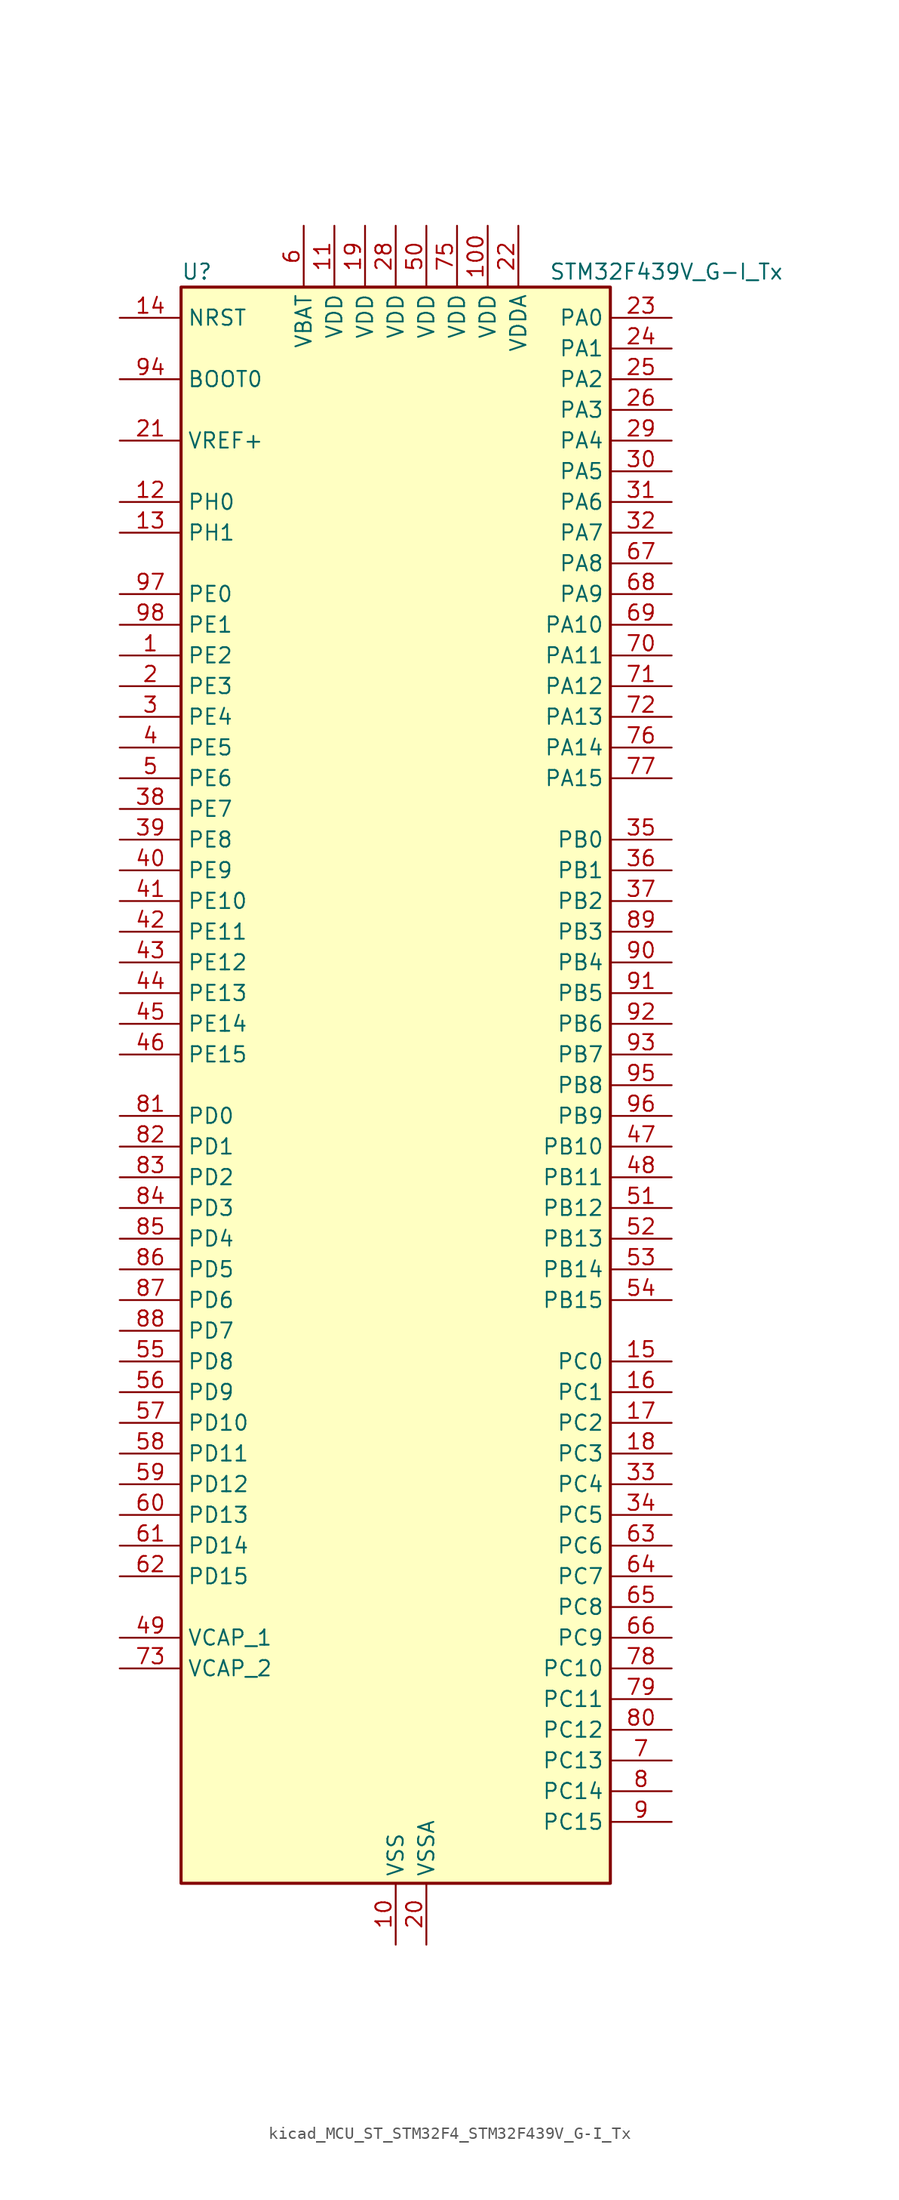
<source format=kicad_sym>
(kicad_symbol_lib
  (version 20220914)
  (generator kicad_symbol_editor)
  (symbol "kicad_MCU_ST_STM32F4_STM32F439V_G-I_Tx"
    (property "Reference" "U"
      (at -17.78 67.31 0)
      (effects (font (size 1.27 1.27)) (justify left)))
    (property "Value" "STM32F439V_G-I_Tx"
      (at 12.7 67.31 0)
      (effects (font (size 1.27 1.27)) (justify left)))
    (property "ki_locked" ""
      (at 0 0 0)
      (effects (font (size 1.27 1.27))))
    (symbol "kicad_MCU_ST_STM32F4_STM32F439V_G-I_Tx_0_1"
      (rectangle (start -17.78 -66.04) (end 17.78 66.04) (stroke (width 0.254) (type default)) (fill (type background))))
    (symbol "kicad_MCU_ST_STM32F4_STM32F439V_G-I_Tx_1_1"
      (pin bidirectional line (at -22.86 35.56 0) (length 5.08) (name "PE2" (effects (font (size 1.27 1.27)))) (number "1" (effects (font (size 1.27 1.27)))) (alternate "ETH_TXD3" bidirectional line) (alternate "FMC_A23" bidirectional line) (alternate "SAI1_MCLK_A" bidirectional line) (alternate "SPI4_SCK" bidirectional line) (alternate "SYS_TRACECLK" bidirectional line))
      (pin power_in line (at 0 -71.12 90) (length 5.08) (name "VSS" (effects (font (size 1.27 1.27)))) (number "10" (effects (font (size 1.27 1.27)))))
      (pin power_in line (at 7.62 71.12 270) (length 5.08) (name "VDD" (effects (font (size 1.27 1.27)))) (number "100" (effects (font (size 1.27 1.27)))))
      (pin power_in line (at -5.08 71.12 270) (length 5.08) (name "VDD" (effects (font (size 1.27 1.27)))) (number "11" (effects (font (size 1.27 1.27)))))
      (pin bidirectional line (at -22.86 48.26 0) (length 5.08) (name "PH0" (effects (font (size 1.27 1.27)))) (number "12" (effects (font (size 1.27 1.27)))) (alternate "RCC_OSC_IN" bidirectional line))
      (pin bidirectional line (at -22.86 45.72 0) (length 5.08) (name "PH1" (effects (font (size 1.27 1.27)))) (number "13" (effects (font (size 1.27 1.27)))) (alternate "RCC_OSC_OUT" bidirectional line))
      (pin input line (at -22.86 63.5 0) (length 5.08) (name "NRST" (effects (font (size 1.27 1.27)))) (number "14" (effects (font (size 1.27 1.27)))))
      (pin bidirectional line (at 22.86 -22.86 180) (length 5.08) (name "PC0" (effects (font (size 1.27 1.27)))) (number "15" (effects (font (size 1.27 1.27)))) (alternate "ADC1_IN10" bidirectional line) (alternate "ADC2_IN10" bidirectional line) (alternate "ADC3_IN10" bidirectional line) (alternate "USB_OTG_HS_ULPI_STP" bidirectional line))
      (pin bidirectional line (at 22.86 -25.4 180) (length 5.08) (name "PC1" (effects (font (size 1.27 1.27)))) (number "16" (effects (font (size 1.27 1.27)))) (alternate "ADC1_IN11" bidirectional line) (alternate "ADC2_IN11" bidirectional line) (alternate "ADC3_IN11" bidirectional line) (alternate "ETH_MDC" bidirectional line))
      (pin bidirectional line (at 22.86 -27.94 180) (length 5.08) (name "PC2" (effects (font (size 1.27 1.27)))) (number "17" (effects (font (size 1.27 1.27)))) (alternate "ADC1_IN12" bidirectional line) (alternate "ADC2_IN12" bidirectional line) (alternate "ADC3_IN12" bidirectional line) (alternate "ETH_TXD2" bidirectional line) (alternate "I2S2_ext_SD" bidirectional line) (alternate "SPI2_MISO" bidirectional line) (alternate "USB_OTG_HS_ULPI_DIR" bidirectional line))
      (pin bidirectional line (at 22.86 -30.48 180) (length 5.08) (name "PC3" (effects (font (size 1.27 1.27)))) (number "18" (effects (font (size 1.27 1.27)))) (alternate "ADC1_IN13" bidirectional line) (alternate "ADC2_IN13" bidirectional line) (alternate "ADC3_IN13" bidirectional line) (alternate "ETH_TX_CLK" bidirectional line) (alternate "I2S2_SD" bidirectional line) (alternate "SPI2_MOSI" bidirectional line) (alternate "USB_OTG_HS_ULPI_NXT" bidirectional line))
      (pin power_in line (at -2.54 71.12 270) (length 5.08) (name "VDD" (effects (font (size 1.27 1.27)))) (number "19" (effects (font (size 1.27 1.27)))))
      (pin bidirectional line (at -22.86 33.02 0) (length 5.08) (name "PE3" (effects (font (size 1.27 1.27)))) (number "2" (effects (font (size 1.27 1.27)))) (alternate "FMC_A19" bidirectional line) (alternate "SAI1_SD_B" bidirectional line) (alternate "SYS_TRACED0" bidirectional line))
      (pin power_in line (at 2.54 -71.12 90) (length 5.08) (name "VSSA" (effects (font (size 1.27 1.27)))) (number "20" (effects (font (size 1.27 1.27)))))
      (pin input line (at -22.86 53.34 0) (length 5.08) (name "VREF+" (effects (font (size 1.27 1.27)))) (number "21" (effects (font (size 1.27 1.27)))))
      (pin power_in line (at 10.16 71.12 270) (length 5.08) (name "VDDA" (effects (font (size 1.27 1.27)))) (number "22" (effects (font (size 1.27 1.27)))))
      (pin bidirectional line (at 22.86 63.5 180) (length 5.08) (name "PA0" (effects (font (size 1.27 1.27)))) (number "23" (effects (font (size 1.27 1.27)))) (alternate "ADC1_IN0" bidirectional line) (alternate "ADC2_IN0" bidirectional line) (alternate "ADC3_IN0" bidirectional line) (alternate "ETH_CRS" bidirectional line) (alternate "SYS_WKUP" bidirectional line) (alternate "TIM2_CH1" bidirectional line) (alternate "TIM2_ETR" bidirectional line) (alternate "TIM5_CH1" bidirectional line) (alternate "TIM8_ETR" bidirectional line) (alternate "UART4_TX" bidirectional line) (alternate "USART2_CTS" bidirectional line))
      (pin bidirectional line (at 22.86 60.96 180) (length 5.08) (name "PA1" (effects (font (size 1.27 1.27)))) (number "24" (effects (font (size 1.27 1.27)))) (alternate "ADC1_IN1" bidirectional line) (alternate "ADC2_IN1" bidirectional line) (alternate "ADC3_IN1" bidirectional line) (alternate "ETH_REF_CLK" bidirectional line) (alternate "ETH_RX_CLK" bidirectional line) (alternate "TIM2_CH2" bidirectional line) (alternate "TIM5_CH2" bidirectional line) (alternate "UART4_RX" bidirectional line) (alternate "USART2_RTS" bidirectional line))
      (pin bidirectional line (at 22.86 58.42 180) (length 5.08) (name "PA2" (effects (font (size 1.27 1.27)))) (number "25" (effects (font (size 1.27 1.27)))) (alternate "ADC1_IN2" bidirectional line) (alternate "ADC2_IN2" bidirectional line) (alternate "ADC3_IN2" bidirectional line) (alternate "ETH_MDIO" bidirectional line) (alternate "TIM2_CH3" bidirectional line) (alternate "TIM5_CH3" bidirectional line) (alternate "TIM9_CH1" bidirectional line) (alternate "USART2_TX" bidirectional line))
      (pin bidirectional line (at 22.86 55.88 180) (length 5.08) (name "PA3" (effects (font (size 1.27 1.27)))) (number "26" (effects (font (size 1.27 1.27)))) (alternate "ADC1_IN3" bidirectional line) (alternate "ADC2_IN3" bidirectional line) (alternate "ADC3_IN3" bidirectional line) (alternate "ETH_COL" bidirectional line) (alternate "LTDC_B5" bidirectional line) (alternate "TIM2_CH4" bidirectional line) (alternate "TIM5_CH4" bidirectional line) (alternate "TIM9_CH2" bidirectional line) (alternate "USART2_RX" bidirectional line) (alternate "USB_OTG_HS_ULPI_D0" bidirectional line))
      (pin passive line (at 0 -71.12 90) (length 5.08) hide (name "VSS" (effects (font (size 1.27 1.27)))) (number "27" (effects (font (size 1.27 1.27)))))
      (pin power_in line (at 0 71.12 270) (length 5.08) (name "VDD" (effects (font (size 1.27 1.27)))) (number "28" (effects (font (size 1.27 1.27)))))
      (pin bidirectional line (at 22.86 53.34 180) (length 5.08) (name "PA4" (effects (font (size 1.27 1.27)))) (number "29" (effects (font (size 1.27 1.27)))) (alternate "ADC1_IN4" bidirectional line) (alternate "ADC2_IN4" bidirectional line) (alternate "DAC_OUT1" bidirectional line) (alternate "DCMI_HSYNC" bidirectional line) (alternate "I2S3_WS" bidirectional line) (alternate "LTDC_VSYNC" bidirectional line) (alternate "SPI1_NSS" bidirectional line) (alternate "SPI3_NSS" bidirectional line) (alternate "USART2_CK" bidirectional line) (alternate "USB_OTG_HS_SOF" bidirectional line))
      (pin bidirectional line (at -22.86 30.48 0) (length 5.08) (name "PE4" (effects (font (size 1.27 1.27)))) (number "3" (effects (font (size 1.27 1.27)))) (alternate "DCMI_D4" bidirectional line) (alternate "FMC_A20" bidirectional line) (alternate "LTDC_B0" bidirectional line) (alternate "SAI1_FS_A" bidirectional line) (alternate "SPI4_NSS" bidirectional line) (alternate "SYS_TRACED1" bidirectional line))
      (pin bidirectional line (at 22.86 50.8 180) (length 5.08) (name "PA5" (effects (font (size 1.27 1.27)))) (number "30" (effects (font (size 1.27 1.27)))) (alternate "ADC1_IN5" bidirectional line) (alternate "ADC2_IN5" bidirectional line) (alternate "DAC_OUT2" bidirectional line) (alternate "SPI1_SCK" bidirectional line) (alternate "TIM2_CH1" bidirectional line) (alternate "TIM2_ETR" bidirectional line) (alternate "TIM8_CH1N" bidirectional line) (alternate "USB_OTG_HS_ULPI_CK" bidirectional line))
      (pin bidirectional line (at 22.86 48.26 180) (length 5.08) (name "PA6" (effects (font (size 1.27 1.27)))) (number "31" (effects (font (size 1.27 1.27)))) (alternate "ADC1_IN6" bidirectional line) (alternate "ADC2_IN6" bidirectional line) (alternate "DCMI_PIXCLK" bidirectional line) (alternate "LTDC_G2" bidirectional line) (alternate "SPI1_MISO" bidirectional line) (alternate "TIM13_CH1" bidirectional line) (alternate "TIM1_BKIN" bidirectional line) (alternate "TIM3_CH1" bidirectional line) (alternate "TIM8_BKIN" bidirectional line))
      (pin bidirectional line (at 22.86 45.72 180) (length 5.08) (name "PA7" (effects (font (size 1.27 1.27)))) (number "32" (effects (font (size 1.27 1.27)))) (alternate "ADC1_IN7" bidirectional line) (alternate "ADC2_IN7" bidirectional line) (alternate "ETH_CRS_DV" bidirectional line) (alternate "ETH_RX_DV" bidirectional line) (alternate "SPI1_MOSI" bidirectional line) (alternate "TIM14_CH1" bidirectional line) (alternate "TIM1_CH1N" bidirectional line) (alternate "TIM3_CH2" bidirectional line) (alternate "TIM8_CH1N" bidirectional line))
      (pin bidirectional line (at 22.86 -33.02 180) (length 5.08) (name "PC4" (effects (font (size 1.27 1.27)))) (number "33" (effects (font (size 1.27 1.27)))) (alternate "ADC1_IN14" bidirectional line) (alternate "ADC2_IN14" bidirectional line) (alternate "ETH_RXD0" bidirectional line))
      (pin bidirectional line (at 22.86 -35.56 180) (length 5.08) (name "PC5" (effects (font (size 1.27 1.27)))) (number "34" (effects (font (size 1.27 1.27)))) (alternate "ADC1_IN15" bidirectional line) (alternate "ADC2_IN15" bidirectional line) (alternate "ETH_RXD1" bidirectional line))
      (pin bidirectional line (at 22.86 20.32 180) (length 5.08) (name "PB0" (effects (font (size 1.27 1.27)))) (number "35" (effects (font (size 1.27 1.27)))) (alternate "ADC1_IN8" bidirectional line) (alternate "ADC2_IN8" bidirectional line) (alternate "ETH_RXD2" bidirectional line) (alternate "LTDC_R3" bidirectional line) (alternate "TIM1_CH2N" bidirectional line) (alternate "TIM3_CH3" bidirectional line) (alternate "TIM8_CH2N" bidirectional line) (alternate "USB_OTG_HS_ULPI_D1" bidirectional line))
      (pin bidirectional line (at 22.86 17.78 180) (length 5.08) (name "PB1" (effects (font (size 1.27 1.27)))) (number "36" (effects (font (size 1.27 1.27)))) (alternate "ADC1_IN9" bidirectional line) (alternate "ADC2_IN9" bidirectional line) (alternate "ETH_RXD3" bidirectional line) (alternate "LTDC_R6" bidirectional line) (alternate "TIM1_CH3N" bidirectional line) (alternate "TIM3_CH4" bidirectional line) (alternate "TIM8_CH3N" bidirectional line) (alternate "USB_OTG_HS_ULPI_D2" bidirectional line))
      (pin bidirectional line (at 22.86 15.24 180) (length 5.08) (name "PB2" (effects (font (size 1.27 1.27)))) (number "37" (effects (font (size 1.27 1.27)))))
      (pin bidirectional line (at -22.86 22.86 0) (length 5.08) (name "PE7" (effects (font (size 1.27 1.27)))) (number "38" (effects (font (size 1.27 1.27)))) (alternate "FMC_D4" bidirectional line) (alternate "FMC_DA4" bidirectional line) (alternate "TIM1_ETR" bidirectional line) (alternate "UART7_RX" bidirectional line))
      (pin bidirectional line (at -22.86 20.32 0) (length 5.08) (name "PE8" (effects (font (size 1.27 1.27)))) (number "39" (effects (font (size 1.27 1.27)))) (alternate "FMC_D5" bidirectional line) (alternate "FMC_DA5" bidirectional line) (alternate "TIM1_CH1N" bidirectional line) (alternate "UART7_TX" bidirectional line))
      (pin bidirectional line (at -22.86 27.94 0) (length 5.08) (name "PE5" (effects (font (size 1.27 1.27)))) (number "4" (effects (font (size 1.27 1.27)))) (alternate "DCMI_D6" bidirectional line) (alternate "FMC_A21" bidirectional line) (alternate "LTDC_G0" bidirectional line) (alternate "SAI1_SCK_A" bidirectional line) (alternate "SPI4_MISO" bidirectional line) (alternate "SYS_TRACED2" bidirectional line) (alternate "TIM9_CH1" bidirectional line))
      (pin bidirectional line (at -22.86 17.78 0) (length 5.08) (name "PE9" (effects (font (size 1.27 1.27)))) (number "40" (effects (font (size 1.27 1.27)))) (alternate "DAC_EXTI9" bidirectional line) (alternate "FMC_D6" bidirectional line) (alternate "FMC_DA6" bidirectional line) (alternate "TIM1_CH1" bidirectional line))
      (pin bidirectional line (at -22.86 15.24 0) (length 5.08) (name "PE10" (effects (font (size 1.27 1.27)))) (number "41" (effects (font (size 1.27 1.27)))) (alternate "FMC_D7" bidirectional line) (alternate "FMC_DA7" bidirectional line) (alternate "TIM1_CH2N" bidirectional line))
      (pin bidirectional line (at -22.86 12.7 0) (length 5.08) (name "PE11" (effects (font (size 1.27 1.27)))) (number "42" (effects (font (size 1.27 1.27)))) (alternate "ADC1_EXTI11" bidirectional line) (alternate "ADC2_EXTI11" bidirectional line) (alternate "ADC3_EXTI11" bidirectional line) (alternate "FMC_D8" bidirectional line) (alternate "FMC_DA8" bidirectional line) (alternate "LTDC_G3" bidirectional line) (alternate "SPI4_NSS" bidirectional line) (alternate "TIM1_CH2" bidirectional line))
      (pin bidirectional line (at -22.86 10.16 0) (length 5.08) (name "PE12" (effects (font (size 1.27 1.27)))) (number "43" (effects (font (size 1.27 1.27)))) (alternate "FMC_D9" bidirectional line) (alternate "FMC_DA9" bidirectional line) (alternate "LTDC_B4" bidirectional line) (alternate "SPI4_SCK" bidirectional line) (alternate "TIM1_CH3N" bidirectional line))
      (pin bidirectional line (at -22.86 7.62 0) (length 5.08) (name "PE13" (effects (font (size 1.27 1.27)))) (number "44" (effects (font (size 1.27 1.27)))) (alternate "FMC_D10" bidirectional line) (alternate "FMC_DA10" bidirectional line) (alternate "LTDC_DE" bidirectional line) (alternate "SPI4_MISO" bidirectional line) (alternate "TIM1_CH3" bidirectional line))
      (pin bidirectional line (at -22.86 5.08 0) (length 5.08) (name "PE14" (effects (font (size 1.27 1.27)))) (number "45" (effects (font (size 1.27 1.27)))) (alternate "FMC_D11" bidirectional line) (alternate "FMC_DA11" bidirectional line) (alternate "LTDC_CLK" bidirectional line) (alternate "SPI4_MOSI" bidirectional line) (alternate "TIM1_CH4" bidirectional line))
      (pin bidirectional line (at -22.86 2.54 0) (length 5.08) (name "PE15" (effects (font (size 1.27 1.27)))) (number "46" (effects (font (size 1.27 1.27)))) (alternate "ADC1_EXTI15" bidirectional line) (alternate "ADC2_EXTI15" bidirectional line) (alternate "ADC3_EXTI15" bidirectional line) (alternate "FMC_D12" bidirectional line) (alternate "FMC_DA12" bidirectional line) (alternate "LTDC_R7" bidirectional line) (alternate "TIM1_BKIN" bidirectional line))
      (pin bidirectional line (at 22.86 -5.08 180) (length 5.08) (name "PB10" (effects (font (size 1.27 1.27)))) (number "47" (effects (font (size 1.27 1.27)))) (alternate "ETH_RX_ER" bidirectional line) (alternate "I2C2_SCL" bidirectional line) (alternate "I2S2_CK" bidirectional line) (alternate "LTDC_G4" bidirectional line) (alternate "SPI2_SCK" bidirectional line) (alternate "TIM2_CH3" bidirectional line) (alternate "USART3_TX" bidirectional line) (alternate "USB_OTG_HS_ULPI_D3" bidirectional line))
      (pin bidirectional line (at 22.86 -7.62 180) (length 5.08) (name "PB11" (effects (font (size 1.27 1.27)))) (number "48" (effects (font (size 1.27 1.27)))) (alternate "ADC1_EXTI11" bidirectional line) (alternate "ADC2_EXTI11" bidirectional line) (alternate "ADC3_EXTI11" bidirectional line) (alternate "ETH_TX_EN" bidirectional line) (alternate "I2C2_SDA" bidirectional line) (alternate "LTDC_G5" bidirectional line) (alternate "TIM2_CH4" bidirectional line) (alternate "USART3_RX" bidirectional line) (alternate "USB_OTG_HS_ULPI_D4" bidirectional line))
      (pin power_out line (at -22.86 -45.72 0) (length 5.08) (name "VCAP_1" (effects (font (size 1.27 1.27)))) (number "49" (effects (font (size 1.27 1.27)))))
      (pin bidirectional line (at -22.86 25.4 0) (length 5.08) (name "PE6" (effects (font (size 1.27 1.27)))) (number "5" (effects (font (size 1.27 1.27)))) (alternate "DCMI_D7" bidirectional line) (alternate "FMC_A22" bidirectional line) (alternate "LTDC_G1" bidirectional line) (alternate "SAI1_SD_A" bidirectional line) (alternate "SPI4_MOSI" bidirectional line) (alternate "SYS_TRACED3" bidirectional line) (alternate "TIM9_CH2" bidirectional line))
      (pin power_in line (at 2.54 71.12 270) (length 5.08) (name "VDD" (effects (font (size 1.27 1.27)))) (number "50" (effects (font (size 1.27 1.27)))))
      (pin bidirectional line (at 22.86 -10.16 180) (length 5.08) (name "PB12" (effects (font (size 1.27 1.27)))) (number "51" (effects (font (size 1.27 1.27)))) (alternate "CAN2_RX" bidirectional line) (alternate "ETH_TXD0" bidirectional line) (alternate "I2C2_SMBA" bidirectional line) (alternate "I2S2_WS" bidirectional line) (alternate "SPI2_NSS" bidirectional line) (alternate "TIM1_BKIN" bidirectional line) (alternate "USART3_CK" bidirectional line) (alternate "USB_OTG_HS_ID" bidirectional line) (alternate "USB_OTG_HS_ULPI_D5" bidirectional line))
      (pin bidirectional line (at 22.86 -12.7 180) (length 5.08) (name "PB13" (effects (font (size 1.27 1.27)))) (number "52" (effects (font (size 1.27 1.27)))) (alternate "CAN2_TX" bidirectional line) (alternate "ETH_TXD1" bidirectional line) (alternate "I2S2_CK" bidirectional line) (alternate "SPI2_SCK" bidirectional line) (alternate "TIM1_CH1N" bidirectional line) (alternate "USART3_CTS" bidirectional line) (alternate "USB_OTG_HS_ULPI_D6" bidirectional line) (alternate "USB_OTG_HS_VBUS" bidirectional line))
      (pin bidirectional line (at 22.86 -15.24 180) (length 5.08) (name "PB14" (effects (font (size 1.27 1.27)))) (number "53" (effects (font (size 1.27 1.27)))) (alternate "I2S2_ext_SD" bidirectional line) (alternate "SPI2_MISO" bidirectional line) (alternate "TIM12_CH1" bidirectional line) (alternate "TIM1_CH2N" bidirectional line) (alternate "TIM8_CH2N" bidirectional line) (alternate "USART3_RTS" bidirectional line) (alternate "USB_OTG_HS_DM" bidirectional line))
      (pin bidirectional line (at 22.86 -17.78 180) (length 5.08) (name "PB15" (effects (font (size 1.27 1.27)))) (number "54" (effects (font (size 1.27 1.27)))) (alternate "ADC1_EXTI15" bidirectional line) (alternate "ADC2_EXTI15" bidirectional line) (alternate "ADC3_EXTI15" bidirectional line) (alternate "I2S2_SD" bidirectional line) (alternate "RTC_REFIN" bidirectional line) (alternate "SPI2_MOSI" bidirectional line) (alternate "TIM12_CH2" bidirectional line) (alternate "TIM1_CH3N" bidirectional line) (alternate "TIM8_CH3N" bidirectional line) (alternate "USB_OTG_HS_DP" bidirectional line))
      (pin bidirectional line (at -22.86 -22.86 0) (length 5.08) (name "PD8" (effects (font (size 1.27 1.27)))) (number "55" (effects (font (size 1.27 1.27)))) (alternate "FMC_D13" bidirectional line) (alternate "FMC_DA13" bidirectional line) (alternate "USART3_TX" bidirectional line))
      (pin bidirectional line (at -22.86 -25.4 0) (length 5.08) (name "PD9" (effects (font (size 1.27 1.27)))) (number "56" (effects (font (size 1.27 1.27)))) (alternate "DAC_EXTI9" bidirectional line) (alternate "FMC_D14" bidirectional line) (alternate "FMC_DA14" bidirectional line) (alternate "USART3_RX" bidirectional line))
      (pin bidirectional line (at -22.86 -27.94 0) (length 5.08) (name "PD10" (effects (font (size 1.27 1.27)))) (number "57" (effects (font (size 1.27 1.27)))) (alternate "FMC_D15" bidirectional line) (alternate "FMC_DA15" bidirectional line) (alternate "LTDC_B3" bidirectional line) (alternate "USART3_CK" bidirectional line))
      (pin bidirectional line (at -22.86 -30.48 0) (length 5.08) (name "PD11" (effects (font (size 1.27 1.27)))) (number "58" (effects (font (size 1.27 1.27)))) (alternate "ADC1_EXTI11" bidirectional line) (alternate "ADC2_EXTI11" bidirectional line) (alternate "ADC3_EXTI11" bidirectional line) (alternate "FMC_A16" bidirectional line) (alternate "FMC_CLE" bidirectional line) (alternate "USART3_CTS" bidirectional line))
      (pin bidirectional line (at -22.86 -33.02 0) (length 5.08) (name "PD12" (effects (font (size 1.27 1.27)))) (number "59" (effects (font (size 1.27 1.27)))) (alternate "FMC_A17" bidirectional line) (alternate "FMC_ALE" bidirectional line) (alternate "TIM4_CH1" bidirectional line) (alternate "USART3_RTS" bidirectional line))
      (pin power_in line (at -7.62 71.12 270) (length 5.08) (name "VBAT" (effects (font (size 1.27 1.27)))) (number "6" (effects (font (size 1.27 1.27)))))
      (pin bidirectional line (at -22.86 -35.56 0) (length 5.08) (name "PD13" (effects (font (size 1.27 1.27)))) (number "60" (effects (font (size 1.27 1.27)))) (alternate "FMC_A18" bidirectional line) (alternate "TIM4_CH2" bidirectional line))
      (pin bidirectional line (at -22.86 -38.1 0) (length 5.08) (name "PD14" (effects (font (size 1.27 1.27)))) (number "61" (effects (font (size 1.27 1.27)))) (alternate "FMC_D0" bidirectional line) (alternate "FMC_DA0" bidirectional line) (alternate "TIM4_CH3" bidirectional line))
      (pin bidirectional line (at -22.86 -40.64 0) (length 5.08) (name "PD15" (effects (font (size 1.27 1.27)))) (number "62" (effects (font (size 1.27 1.27)))) (alternate "ADC1_EXTI15" bidirectional line) (alternate "ADC2_EXTI15" bidirectional line) (alternate "ADC3_EXTI15" bidirectional line) (alternate "FMC_D1" bidirectional line) (alternate "FMC_DA1" bidirectional line) (alternate "TIM4_CH4" bidirectional line))
      (pin bidirectional line (at 22.86 -38.1 180) (length 5.08) (name "PC6" (effects (font (size 1.27 1.27)))) (number "63" (effects (font (size 1.27 1.27)))) (alternate "DCMI_D0" bidirectional line) (alternate "I2S2_MCK" bidirectional line) (alternate "LTDC_HSYNC" bidirectional line) (alternate "SDIO_D6" bidirectional line) (alternate "TIM3_CH1" bidirectional line) (alternate "TIM8_CH1" bidirectional line) (alternate "USART6_TX" bidirectional line))
      (pin bidirectional line (at 22.86 -40.64 180) (length 5.08) (name "PC7" (effects (font (size 1.27 1.27)))) (number "64" (effects (font (size 1.27 1.27)))) (alternate "DCMI_D1" bidirectional line) (alternate "I2S3_MCK" bidirectional line) (alternate "LTDC_G6" bidirectional line) (alternate "SDIO_D7" bidirectional line) (alternate "TIM3_CH2" bidirectional line) (alternate "TIM8_CH2" bidirectional line) (alternate "USART6_RX" bidirectional line))
      (pin bidirectional line (at 22.86 -43.18 180) (length 5.08) (name "PC8" (effects (font (size 1.27 1.27)))) (number "65" (effects (font (size 1.27 1.27)))) (alternate "DCMI_D2" bidirectional line) (alternate "SDIO_D0" bidirectional line) (alternate "TIM3_CH3" bidirectional line) (alternate "TIM8_CH3" bidirectional line) (alternate "USART6_CK" bidirectional line))
      (pin bidirectional line (at 22.86 -45.72 180) (length 5.08) (name "PC9" (effects (font (size 1.27 1.27)))) (number "66" (effects (font (size 1.27 1.27)))) (alternate "DAC_EXTI9" bidirectional line) (alternate "DCMI_D3" bidirectional line) (alternate "I2C3_SDA" bidirectional line) (alternate "I2S_CKIN" bidirectional line) (alternate "RCC_MCO_2" bidirectional line) (alternate "SDIO_D1" bidirectional line) (alternate "TIM3_CH4" bidirectional line) (alternate "TIM8_CH4" bidirectional line))
      (pin bidirectional line (at 22.86 43.18 180) (length 5.08) (name "PA8" (effects (font (size 1.27 1.27)))) (number "67" (effects (font (size 1.27 1.27)))) (alternate "I2C3_SCL" bidirectional line) (alternate "LTDC_R6" bidirectional line) (alternate "RCC_MCO_1" bidirectional line) (alternate "TIM1_CH1" bidirectional line) (alternate "USART1_CK" bidirectional line) (alternate "USB_OTG_FS_SOF" bidirectional line))
      (pin bidirectional line (at 22.86 40.64 180) (length 5.08) (name "PA9" (effects (font (size 1.27 1.27)))) (number "68" (effects (font (size 1.27 1.27)))) (alternate "DAC_EXTI9" bidirectional line) (alternate "DCMI_D0" bidirectional line) (alternate "I2C3_SMBA" bidirectional line) (alternate "TIM1_CH2" bidirectional line) (alternate "USART1_TX" bidirectional line) (alternate "USB_OTG_FS_VBUS" bidirectional line))
      (pin bidirectional line (at 22.86 38.1 180) (length 5.08) (name "PA10" (effects (font (size 1.27 1.27)))) (number "69" (effects (font (size 1.27 1.27)))) (alternate "DCMI_D1" bidirectional line) (alternate "TIM1_CH3" bidirectional line) (alternate "USART1_RX" bidirectional line) (alternate "USB_OTG_FS_ID" bidirectional line))
      (pin bidirectional line (at 22.86 -55.88 180) (length 5.08) (name "PC13" (effects (font (size 1.27 1.27)))) (number "7" (effects (font (size 1.27 1.27)))) (alternate "RTC_AF1" bidirectional line))
      (pin bidirectional line (at 22.86 35.56 180) (length 5.08) (name "PA11" (effects (font (size 1.27 1.27)))) (number "70" (effects (font (size 1.27 1.27)))) (alternate "ADC1_EXTI11" bidirectional line) (alternate "ADC2_EXTI11" bidirectional line) (alternate "ADC3_EXTI11" bidirectional line) (alternate "CAN1_RX" bidirectional line) (alternate "LTDC_R4" bidirectional line) (alternate "TIM1_CH4" bidirectional line) (alternate "USART1_CTS" bidirectional line) (alternate "USB_OTG_FS_DM" bidirectional line))
      (pin bidirectional line (at 22.86 33.02 180) (length 5.08) (name "PA12" (effects (font (size 1.27 1.27)))) (number "71" (effects (font (size 1.27 1.27)))) (alternate "CAN1_TX" bidirectional line) (alternate "LTDC_R5" bidirectional line) (alternate "TIM1_ETR" bidirectional line) (alternate "USART1_RTS" bidirectional line) (alternate "USB_OTG_FS_DP" bidirectional line))
      (pin bidirectional line (at 22.86 30.48 180) (length 5.08) (name "PA13" (effects (font (size 1.27 1.27)))) (number "72" (effects (font (size 1.27 1.27)))) (alternate "SYS_JTMS-SWDIO" bidirectional line))
      (pin power_out line (at -22.86 -48.26 0) (length 5.08) (name "VCAP_2" (effects (font (size 1.27 1.27)))) (number "73" (effects (font (size 1.27 1.27)))))
      (pin passive line (at 0 -71.12 90) (length 5.08) hide (name "VSS" (effects (font (size 1.27 1.27)))) (number "74" (effects (font (size 1.27 1.27)))))
      (pin power_in line (at 5.08 71.12 270) (length 5.08) (name "VDD" (effects (font (size 1.27 1.27)))) (number "75" (effects (font (size 1.27 1.27)))))
      (pin bidirectional line (at 22.86 27.94 180) (length 5.08) (name "PA14" (effects (font (size 1.27 1.27)))) (number "76" (effects (font (size 1.27 1.27)))) (alternate "SYS_JTCK-SWCLK" bidirectional line))
      (pin bidirectional line (at 22.86 25.4 180) (length 5.08) (name "PA15" (effects (font (size 1.27 1.27)))) (number "77" (effects (font (size 1.27 1.27)))) (alternate "ADC1_EXTI15" bidirectional line) (alternate "ADC2_EXTI15" bidirectional line) (alternate "ADC3_EXTI15" bidirectional line) (alternate "I2S3_WS" bidirectional line) (alternate "SPI1_NSS" bidirectional line) (alternate "SPI3_NSS" bidirectional line) (alternate "SYS_JTDI" bidirectional line) (alternate "TIM2_CH1" bidirectional line) (alternate "TIM2_ETR" bidirectional line))
      (pin bidirectional line (at 22.86 -48.26 180) (length 5.08) (name "PC10" (effects (font (size 1.27 1.27)))) (number "78" (effects (font (size 1.27 1.27)))) (alternate "DCMI_D8" bidirectional line) (alternate "I2S3_CK" bidirectional line) (alternate "LTDC_R2" bidirectional line) (alternate "SDIO_D2" bidirectional line) (alternate "SPI3_SCK" bidirectional line) (alternate "UART4_TX" bidirectional line) (alternate "USART3_TX" bidirectional line))
      (pin bidirectional line (at 22.86 -50.8 180) (length 5.08) (name "PC11" (effects (font (size 1.27 1.27)))) (number "79" (effects (font (size 1.27 1.27)))) (alternate "ADC1_EXTI11" bidirectional line) (alternate "ADC2_EXTI11" bidirectional line) (alternate "ADC3_EXTI11" bidirectional line) (alternate "DCMI_D4" bidirectional line) (alternate "I2S3_ext_SD" bidirectional line) (alternate "SDIO_D3" bidirectional line) (alternate "SPI3_MISO" bidirectional line) (alternate "UART4_RX" bidirectional line) (alternate "USART3_RX" bidirectional line))
      (pin bidirectional line (at 22.86 -58.42 180) (length 5.08) (name "PC14" (effects (font (size 1.27 1.27)))) (number "8" (effects (font (size 1.27 1.27)))) (alternate "RCC_OSC32_IN" bidirectional line))
      (pin bidirectional line (at 22.86 -53.34 180) (length 5.08) (name "PC12" (effects (font (size 1.27 1.27)))) (number "80" (effects (font (size 1.27 1.27)))) (alternate "DCMI_D9" bidirectional line) (alternate "I2S3_SD" bidirectional line) (alternate "SDIO_CK" bidirectional line) (alternate "SPI3_MOSI" bidirectional line) (alternate "UART5_TX" bidirectional line) (alternate "USART3_CK" bidirectional line))
      (pin bidirectional line (at -22.86 -2.54 0) (length 5.08) (name "PD0" (effects (font (size 1.27 1.27)))) (number "81" (effects (font (size 1.27 1.27)))) (alternate "CAN1_RX" bidirectional line) (alternate "FMC_D2" bidirectional line) (alternate "FMC_DA2" bidirectional line))
      (pin bidirectional line (at -22.86 -5.08 0) (length 5.08) (name "PD1" (effects (font (size 1.27 1.27)))) (number "82" (effects (font (size 1.27 1.27)))) (alternate "CAN1_TX" bidirectional line) (alternate "FMC_D3" bidirectional line) (alternate "FMC_DA3" bidirectional line))
      (pin bidirectional line (at -22.86 -7.62 0) (length 5.08) (name "PD2" (effects (font (size 1.27 1.27)))) (number "83" (effects (font (size 1.27 1.27)))) (alternate "DCMI_D11" bidirectional line) (alternate "SDIO_CMD" bidirectional line) (alternate "TIM3_ETR" bidirectional line) (alternate "UART5_RX" bidirectional line))
      (pin bidirectional line (at -22.86 -10.16 0) (length 5.08) (name "PD3" (effects (font (size 1.27 1.27)))) (number "84" (effects (font (size 1.27 1.27)))) (alternate "DCMI_D5" bidirectional line) (alternate "FMC_CLK" bidirectional line) (alternate "I2S2_CK" bidirectional line) (alternate "LTDC_G7" bidirectional line) (alternate "SPI2_SCK" bidirectional line) (alternate "USART2_CTS" bidirectional line))
      (pin bidirectional line (at -22.86 -12.7 0) (length 5.08) (name "PD4" (effects (font (size 1.27 1.27)))) (number "85" (effects (font (size 1.27 1.27)))) (alternate "FMC_NOE" bidirectional line) (alternate "USART2_RTS" bidirectional line))
      (pin bidirectional line (at -22.86 -15.24 0) (length 5.08) (name "PD5" (effects (font (size 1.27 1.27)))) (number "86" (effects (font (size 1.27 1.27)))) (alternate "FMC_NWE" bidirectional line) (alternate "USART2_TX" bidirectional line))
      (pin bidirectional line (at -22.86 -17.78 0) (length 5.08) (name "PD6" (effects (font (size 1.27 1.27)))) (number "87" (effects (font (size 1.27 1.27)))) (alternate "DCMI_D10" bidirectional line) (alternate "FMC_NWAIT" bidirectional line) (alternate "I2S3_SD" bidirectional line) (alternate "LTDC_B2" bidirectional line) (alternate "SAI1_SD_A" bidirectional line) (alternate "SPI3_MOSI" bidirectional line) (alternate "USART2_RX" bidirectional line))
      (pin bidirectional line (at -22.86 -20.32 0) (length 5.08) (name "PD7" (effects (font (size 1.27 1.27)))) (number "88" (effects (font (size 1.27 1.27)))) (alternate "FMC_NCE2" bidirectional line) (alternate "FMC_NE1" bidirectional line) (alternate "USART2_CK" bidirectional line))
      (pin bidirectional line (at 22.86 12.7 180) (length 5.08) (name "PB3" (effects (font (size 1.27 1.27)))) (number "89" (effects (font (size 1.27 1.27)))) (alternate "I2S3_CK" bidirectional line) (alternate "SPI1_SCK" bidirectional line) (alternate "SPI3_SCK" bidirectional line) (alternate "SYS_JTDO-SWO" bidirectional line) (alternate "TIM2_CH2" bidirectional line))
      (pin bidirectional line (at 22.86 -60.96 180) (length 5.08) (name "PC15" (effects (font (size 1.27 1.27)))) (number "9" (effects (font (size 1.27 1.27)))) (alternate "ADC1_EXTI15" bidirectional line) (alternate "ADC2_EXTI15" bidirectional line) (alternate "ADC3_EXTI15" bidirectional line) (alternate "RCC_OSC32_OUT" bidirectional line))
      (pin bidirectional line (at 22.86 10.16 180) (length 5.08) (name "PB4" (effects (font (size 1.27 1.27)))) (number "90" (effects (font (size 1.27 1.27)))) (alternate "I2S3_ext_SD" bidirectional line) (alternate "SPI1_MISO" bidirectional line) (alternate "SPI3_MISO" bidirectional line) (alternate "SYS_JTRST" bidirectional line) (alternate "TIM3_CH1" bidirectional line))
      (pin bidirectional line (at 22.86 7.62 180) (length 5.08) (name "PB5" (effects (font (size 1.27 1.27)))) (number "91" (effects (font (size 1.27 1.27)))) (alternate "CAN2_RX" bidirectional line) (alternate "DCMI_D10" bidirectional line) (alternate "ETH_PPS_OUT" bidirectional line) (alternate "I2C1_SMBA" bidirectional line) (alternate "I2S3_SD" bidirectional line) (alternate "SPI1_MOSI" bidirectional line) (alternate "SPI3_MOSI" bidirectional line) (alternate "TIM3_CH2" bidirectional line) (alternate "USB_OTG_HS_ULPI_D7" bidirectional line))
      (pin bidirectional line (at 22.86 5.08 180) (length 5.08) (name "PB6" (effects (font (size 1.27 1.27)))) (number "92" (effects (font (size 1.27 1.27)))) (alternate "CAN2_TX" bidirectional line) (alternate "DCMI_D5" bidirectional line) (alternate "I2C1_SCL" bidirectional line) (alternate "TIM4_CH1" bidirectional line) (alternate "USART1_TX" bidirectional line))
      (pin bidirectional line (at 22.86 2.54 180) (length 5.08) (name "PB7" (effects (font (size 1.27 1.27)))) (number "93" (effects (font (size 1.27 1.27)))) (alternate "DCMI_VSYNC" bidirectional line) (alternate "FMC_NL" bidirectional line) (alternate "I2C1_SDA" bidirectional line) (alternate "TIM4_CH2" bidirectional line) (alternate "USART1_RX" bidirectional line))
      (pin input line (at -22.86 58.42 0) (length 5.08) (name "BOOT0" (effects (font (size 1.27 1.27)))) (number "94" (effects (font (size 1.27 1.27)))))
      (pin bidirectional line (at 22.86 0 180) (length 5.08) (name "PB8" (effects (font (size 1.27 1.27)))) (number "95" (effects (font (size 1.27 1.27)))) (alternate "CAN1_RX" bidirectional line) (alternate "DCMI_D6" bidirectional line) (alternate "ETH_TXD3" bidirectional line) (alternate "I2C1_SCL" bidirectional line) (alternate "LTDC_B6" bidirectional line) (alternate "SDIO_D4" bidirectional line) (alternate "TIM10_CH1" bidirectional line) (alternate "TIM4_CH3" bidirectional line))
      (pin bidirectional line (at 22.86 -2.54 180) (length 5.08) (name "PB9" (effects (font (size 1.27 1.27)))) (number "96" (effects (font (size 1.27 1.27)))) (alternate "CAN1_TX" bidirectional line) (alternate "DAC_EXTI9" bidirectional line) (alternate "DCMI_D7" bidirectional line) (alternate "I2C1_SDA" bidirectional line) (alternate "I2S2_WS" bidirectional line) (alternate "LTDC_B7" bidirectional line) (alternate "SDIO_D5" bidirectional line) (alternate "SPI2_NSS" bidirectional line) (alternate "TIM11_CH1" bidirectional line) (alternate "TIM4_CH4" bidirectional line))
      (pin bidirectional line (at -22.86 40.64 0) (length 5.08) (name "PE0" (effects (font (size 1.27 1.27)))) (number "97" (effects (font (size 1.27 1.27)))) (alternate "DCMI_D2" bidirectional line) (alternate "FMC_NBL0" bidirectional line) (alternate "TIM4_ETR" bidirectional line) (alternate "UART8_RX" bidirectional line))
      (pin bidirectional line (at -22.86 38.1 0) (length 5.08) (name "PE1" (effects (font (size 1.27 1.27)))) (number "98" (effects (font (size 1.27 1.27)))) (alternate "DCMI_D3" bidirectional line) (alternate "FMC_NBL1" bidirectional line) (alternate "UART8_TX" bidirectional line))
      (pin passive line (at 0 -71.12 90) (length 5.08) hide (name "VSS" (effects (font (size 1.27 1.27)))) (number "99" (effects (font (size 1.27 1.27))))))))
</source>
